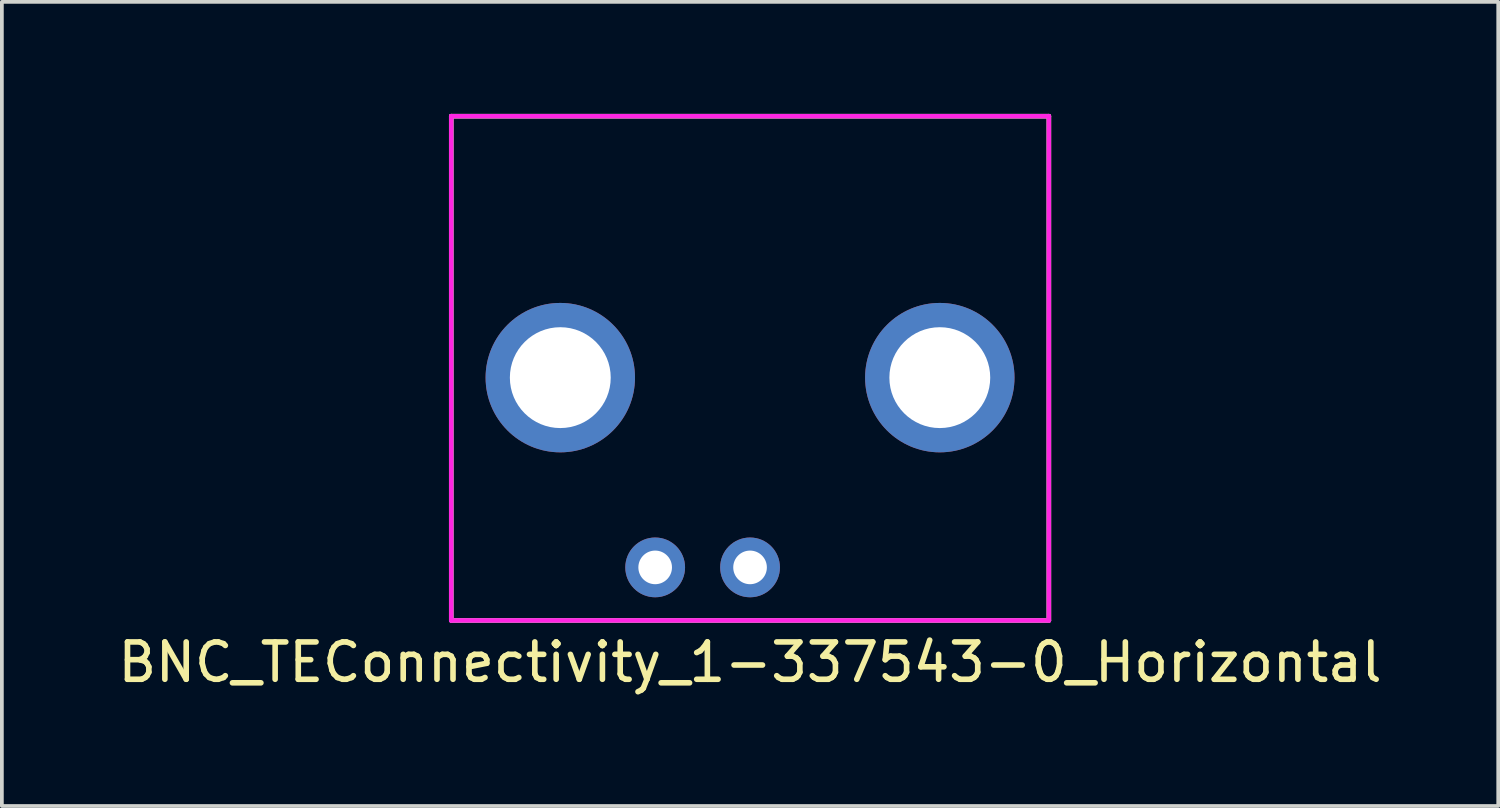
<source format=kicad_pcb>
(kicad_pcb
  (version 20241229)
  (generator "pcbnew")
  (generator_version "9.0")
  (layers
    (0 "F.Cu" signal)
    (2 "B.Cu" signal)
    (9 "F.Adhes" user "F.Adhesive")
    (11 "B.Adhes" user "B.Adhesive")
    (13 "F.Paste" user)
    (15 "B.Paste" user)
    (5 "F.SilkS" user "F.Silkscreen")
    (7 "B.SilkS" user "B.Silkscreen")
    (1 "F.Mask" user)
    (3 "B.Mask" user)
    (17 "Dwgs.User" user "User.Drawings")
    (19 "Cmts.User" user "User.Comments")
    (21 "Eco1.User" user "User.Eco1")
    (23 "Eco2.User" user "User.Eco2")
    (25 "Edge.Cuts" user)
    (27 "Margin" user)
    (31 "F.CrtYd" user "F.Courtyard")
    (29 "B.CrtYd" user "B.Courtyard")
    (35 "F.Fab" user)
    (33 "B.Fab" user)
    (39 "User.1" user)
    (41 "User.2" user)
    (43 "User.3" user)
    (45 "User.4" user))
  (footprint "BNC_TEConnectivity_1-337543-0_Horizontal"
    (layer "F.Cu")
    (at 17.03 7.06)
    (property "Reference" "BNC_TEConnectivity_1-337543-0_Horizontal" (at 0 7.62 0) (layer "F.SilkS") (effects (font (size 1 1) (thickness 0.15))))
    (attr through_hole)
    (fp_line (start -8 -7) (end -8 6.5) (stroke (width 0.12) (type solid)) (layer "F.SilkS"))
    (fp_line (start -8 6.5) (end 8 6.5) (stroke (width 0.12) (type solid)) (layer "F.SilkS"))
    (fp_line (start 8 -7) (end -8 -7) (stroke (width 0.12) (type solid)) (layer "F.SilkS"))
    (fp_line (start 8 6.5) (end 8 -7) (stroke (width 0.12) (type solid)) (layer "F.SilkS"))
    (fp_line (start -8 -7) (end -8 6.5) (stroke (width 0.12) (type solid)) (layer "F.CrtYd"))
    (fp_line (start -8 6.5) (end 8 6.5) (stroke (width 0.12) (type solid)) (layer "F.CrtYd"))
    (fp_line (start 8 -7) (end -8 -7) (stroke (width 0.12) (type solid)) (layer "F.CrtYd"))
    (fp_line (start 8 6.5) (end 8 -7) (stroke (width 0.12) (type solid)) (layer "F.CrtYd"))
    (fp_line (start -8 -7) (end -8 6.5) (stroke (width 0.12) (type solid)) (layer "F.Fab"))
    (fp_line (start -8 6.5) (end 8 6.5) (stroke (width 0.12) (type solid)) (layer "F.Fab"))
    (fp_line (start 8 -7) (end -8 -7) (stroke (width 0.12) (type solid)) (layer "F.Fab"))
    (fp_line (start 8 6.5) (end 8 -7) (stroke (width 0.12) (type solid)) (layer "F.Fab"))
    (pad "" thru_hole circle (at -5.08 0) (size 4 4) (drill 2.7) (layers "*.Cu"))
    (pad "" thru_hole circle (at 5.08 0) (size 4 4) (drill 2.7) (layers "*.Cu"))
    (pad "1" thru_hole circle (at 0 5.08) (size 1.6 1.6) (drill 0.9) (layers "*.Cu" "*.Mask"))
    (pad "2" thru_hole circle (at -2.54 5.08) (size 1.6 1.6) (drill 0.9) (layers "*.Cu" "*.Mask")))
  (gr_rect
    (start -3 -3)
    (end 37.06 18.528)
    (stroke (width 0.1) (type default))
    (fill no)
    (layer "Edge.Cuts")))
</source>
